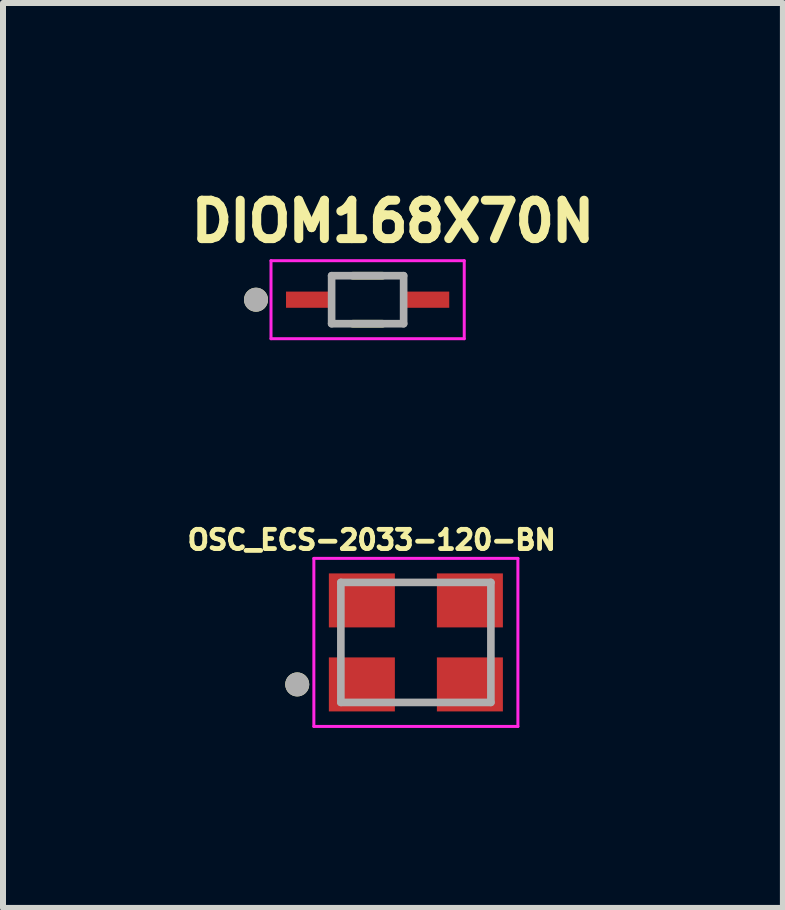
<source format=kicad_pcb>
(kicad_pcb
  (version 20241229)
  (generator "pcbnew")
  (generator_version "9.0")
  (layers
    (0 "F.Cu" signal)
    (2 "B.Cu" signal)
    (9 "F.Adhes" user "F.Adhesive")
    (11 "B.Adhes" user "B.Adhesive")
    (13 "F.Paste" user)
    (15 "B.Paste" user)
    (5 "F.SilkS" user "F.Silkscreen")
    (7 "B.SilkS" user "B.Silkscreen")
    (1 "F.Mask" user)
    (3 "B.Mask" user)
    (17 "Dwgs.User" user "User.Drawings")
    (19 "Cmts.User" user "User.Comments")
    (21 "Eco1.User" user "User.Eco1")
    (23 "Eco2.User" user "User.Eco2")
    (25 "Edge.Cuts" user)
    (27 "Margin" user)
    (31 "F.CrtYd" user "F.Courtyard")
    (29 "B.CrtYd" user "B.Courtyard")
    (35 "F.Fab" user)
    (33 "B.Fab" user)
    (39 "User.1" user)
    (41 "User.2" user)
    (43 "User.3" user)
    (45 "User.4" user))
  (footprint "DIOM168X70N"
    (layer "F.Cu")
    (at 3.076 1.944)
    (property "Reference" "DIOM168X70N" (at 0.422 -1.306 0) (layer "F.SilkS") (effects (font (size 0.64 0.64) (thickness 0.15))))
    (attr smd)
    (fp_line (start -0.25 -0.4) (end 0.25 -0.4) (stroke (width 0.127) (type solid)) (layer "F.SilkS"))
    (fp_line (start -0.25 0.4) (end 0.25 0.4) (stroke (width 0.127) (type solid)) (layer "F.SilkS"))
    (fp_circle (center -1.86 0) (end -1.76 0) (stroke (width 0.2) (type solid)) (fill no) (layer "F.SilkS"))
    (fp_line (start -1.61 -0.65) (end -1.61 0.65) (stroke (width 0.05) (type solid)) (layer "F.CrtYd"))
    (fp_line (start -1.61 0.65) (end 1.61 0.65) (stroke (width 0.05) (type solid)) (layer "F.CrtYd"))
    (fp_line (start 1.61 -0.65) (end -1.61 -0.65) (stroke (width 0.05) (type solid)) (layer "F.CrtYd"))
    (fp_line (start 1.61 0.65) (end 1.61 -0.65) (stroke (width 0.05) (type solid)) (layer "F.CrtYd"))
    (fp_line (start -0.6 -0.4) (end -0.6 0.4) (stroke (width 0.127) (type solid)) (layer "F.Fab"))
    (fp_line (start -0.6 -0.4) (end 0.6 -0.4) (stroke (width 0.127) (type solid)) (layer "F.Fab"))
    (fp_line (start -0.6 0.4) (end 0.6 0.4) (stroke (width 0.127) (type solid)) (layer "F.Fab"))
    (fp_line (start 0.6 -0.4) (end 0.6 0.4) (stroke (width 0.127) (type solid)) (layer "F.Fab"))
    (fp_circle (center -1.86 0) (end -1.76 0) (stroke (width 0.2) (type solid)) (fill no) (layer "F.Fab"))
    (pad "1" smd rect (at -0.965 0) (size 0.79 0.27) (layers "F.Cu" "F.Mask" "F.Paste"))
    (pad "2" smd rect (at 0.965 0) (size 0.79 0.27) (layers "F.Cu" "F.Mask" "F.Paste")))
  (footprint "OSC_ECS-2033-120-BN"
    (layer "F.Cu")
    (at 3.88 7.655)
    (property "Reference" "OSC_ECS-2033-120-BN" (at -0.736 -1.708 0) (layer "F.SilkS") (effects (font (size 0.321 0.321) (thickness 0.15))))
    (attr smd)
    (fp_circle (center -1.977 0.7) (end -1.877 0.7) (stroke (width 0.2) (type solid)) (fill no) (layer "F.SilkS"))
    (fp_line (start -1.7 -1.4) (end 1.7 -1.4) (stroke (width 0.05) (type solid)) (layer "F.CrtYd"))
    (fp_line (start -1.7 1.4) (end -1.7 -1.4) (stroke (width 0.05) (type solid)) (layer "F.CrtYd"))
    (fp_line (start 1.7 -1.4) (end 1.7 1.4) (stroke (width 0.05) (type solid)) (layer "F.CrtYd"))
    (fp_line (start 1.7 1.4) (end -1.7 1.4) (stroke (width 0.05) (type solid)) (layer "F.CrtYd"))
    (fp_line (start -1.25 -1) (end 1.25 -1) (stroke (width 0.127) (type solid)) (layer "F.Fab"))
    (fp_line (start -1.25 1) (end -1.25 -1) (stroke (width 0.127) (type solid)) (layer "F.Fab"))
    (fp_line (start 1.25 -1) (end 1.25 1) (stroke (width 0.127) (type solid)) (layer "F.Fab"))
    (fp_line (start 1.25 1) (end -1.25 1) (stroke (width 0.127) (type solid)) (layer "F.Fab"))
    (fp_circle (center -1.977 0.7) (end -1.877 0.7) (stroke (width 0.2) (type solid)) (fill no) (layer "F.Fab"))
    (pad "1" smd rect (at -0.9 0.7 180) (size 1.1 0.9) (layers "F.Cu" "F.Mask" "F.Paste"))
    (pad "2" smd rect (at 0.9 0.7 180) (size 1.1 0.9) (layers "F.Cu" "F.Mask" "F.Paste"))
    (pad "3" smd rect (at 0.9 -0.7 180) (size 1.1 0.9) (layers "F.Cu" "F.Mask" "F.Paste"))
    (pad "4" smd rect (at -0.9 -0.7 180) (size 1.1 0.9) (layers "F.Cu" "F.Mask" "F.Paste")))
  (gr_rect
    (start -3 -3)
    (end 9.996 12.08)
    (stroke (width 0.1) (type default))
    (fill no)
    (layer "Edge.Cuts")))
</source>
